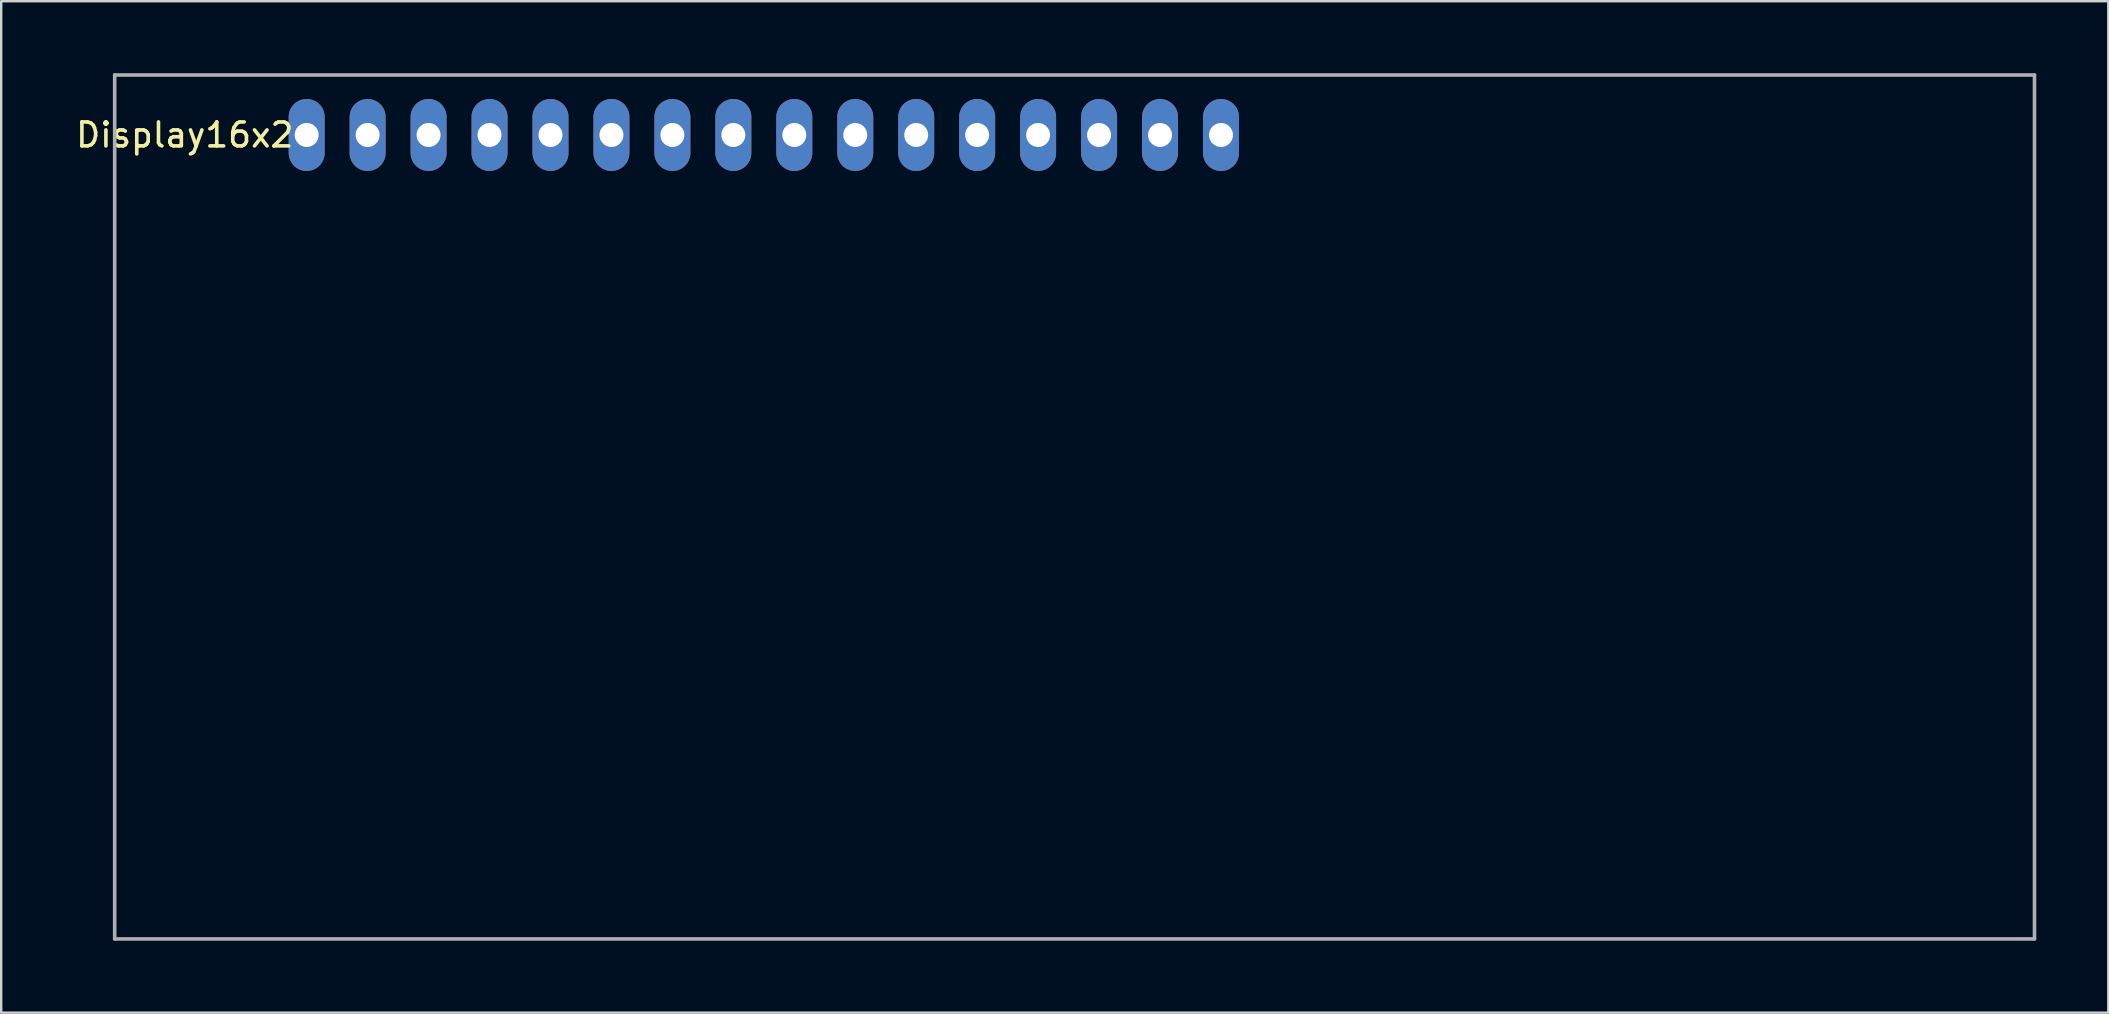
<source format=kicad_pcb>
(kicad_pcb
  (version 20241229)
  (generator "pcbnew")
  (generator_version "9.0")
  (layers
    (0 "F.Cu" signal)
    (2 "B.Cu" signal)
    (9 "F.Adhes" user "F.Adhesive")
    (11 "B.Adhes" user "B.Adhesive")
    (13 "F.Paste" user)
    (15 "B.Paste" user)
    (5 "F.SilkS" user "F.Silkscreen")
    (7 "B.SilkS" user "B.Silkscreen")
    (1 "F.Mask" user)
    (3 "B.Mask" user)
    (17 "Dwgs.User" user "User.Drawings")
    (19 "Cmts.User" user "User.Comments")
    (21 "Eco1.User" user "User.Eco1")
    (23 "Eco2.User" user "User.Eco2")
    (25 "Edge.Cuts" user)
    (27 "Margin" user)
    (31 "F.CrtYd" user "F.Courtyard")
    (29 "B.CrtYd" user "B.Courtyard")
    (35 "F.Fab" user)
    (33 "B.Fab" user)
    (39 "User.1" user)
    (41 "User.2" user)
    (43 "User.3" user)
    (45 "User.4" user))
  (footprint "Display16x2"
    (layer "F.Cu")
    (at 41.729 18.075)
    (property "Reference" "Display16x2" (at -37.08 -15.5 0) (layer "F.SilkS") (effects (font (size 1 1) (thickness 0.15))))
    (attr through_hole)
    (fp_line (start -40 -18) (end -40 18) (stroke (width 0.15) (type solid)) (layer "F.Fab"))
    (fp_line (start -40 18) (end 40 18) (stroke (width 0.15) (type solid)) (layer "F.Fab"))
    (fp_line (start 40 -18) (end -40 -18) (stroke (width 0.15) (type solid)) (layer "F.Fab"))
    (fp_line (start 40 18) (end 40 -18) (stroke (width 0.15) (type solid)) (layer "F.Fab"))
    (pad "1" thru_hole oval (at -32 -15.5) (size 1.5 3) (drill 1) (layers "*.Cu" "*.Mask"))
    (pad "2" thru_hole oval (at -29.46 -15.5) (size 1.5 3) (drill 1) (layers "*.Cu" "*.Mask"))
    (pad "3" thru_hole oval (at -26.92 -15.5) (size 1.5 3) (drill 1) (layers "*.Cu" "*.Mask"))
    (pad "4" thru_hole oval (at -24.38 -15.5) (size 1.5 3) (drill 1) (layers "*.Cu" "*.Mask"))
    (pad "5" thru_hole oval (at -21.84 -15.5) (size 1.5 3) (drill 1) (layers "*.Cu" "*.Mask"))
    (pad "6" thru_hole oval (at -19.3 -15.5) (size 1.5 3) (drill 1) (layers "*.Cu" "*.Mask"))
    (pad "7" thru_hole oval (at -16.76 -15.5) (size 1.5 3) (drill 1) (layers "*.Cu" "*.Mask"))
    (pad "8" thru_hole oval (at -14.22 -15.5) (size 1.5 3) (drill 1) (layers "*.Cu" "*.Mask"))
    (pad "9" thru_hole oval (at -11.68 -15.5) (size 1.5 3) (drill 1) (layers "*.Cu" "*.Mask"))
    (pad "10" thru_hole oval (at -9.14 -15.5) (size 1.5 3) (drill 1) (layers "*.Cu" "*.Mask"))
    (pad "11" thru_hole oval (at -6.6 -15.5) (size 1.5 3) (drill 1) (layers "*.Cu" "*.Mask"))
    (pad "12" thru_hole oval (at -4.06 -15.5) (size 1.5 3) (drill 1) (layers "*.Cu" "*.Mask"))
    (pad "13" thru_hole oval (at -1.52 -15.5) (size 1.5 3) (drill 1) (layers "*.Cu" "*.Mask"))
    (pad "14" thru_hole oval (at 1.02 -15.5) (size 1.5 3) (drill 1) (layers "*.Cu" "*.Mask"))
    (pad "15" thru_hole oval (at 3.56 -15.5) (size 1.5 3) (drill 1) (layers "*.Cu" "*.Mask"))
    (pad "16" thru_hole oval (at 6.1 -15.5) (size 1.5 3) (drill 1) (layers "*.Cu" "*.Mask")))
  (gr_rect
    (start -3 -3)
    (end 84.804 39.15)
    (stroke (width 0.1) (type default))
    (fill no)
    (layer "Edge.Cuts")))
</source>
